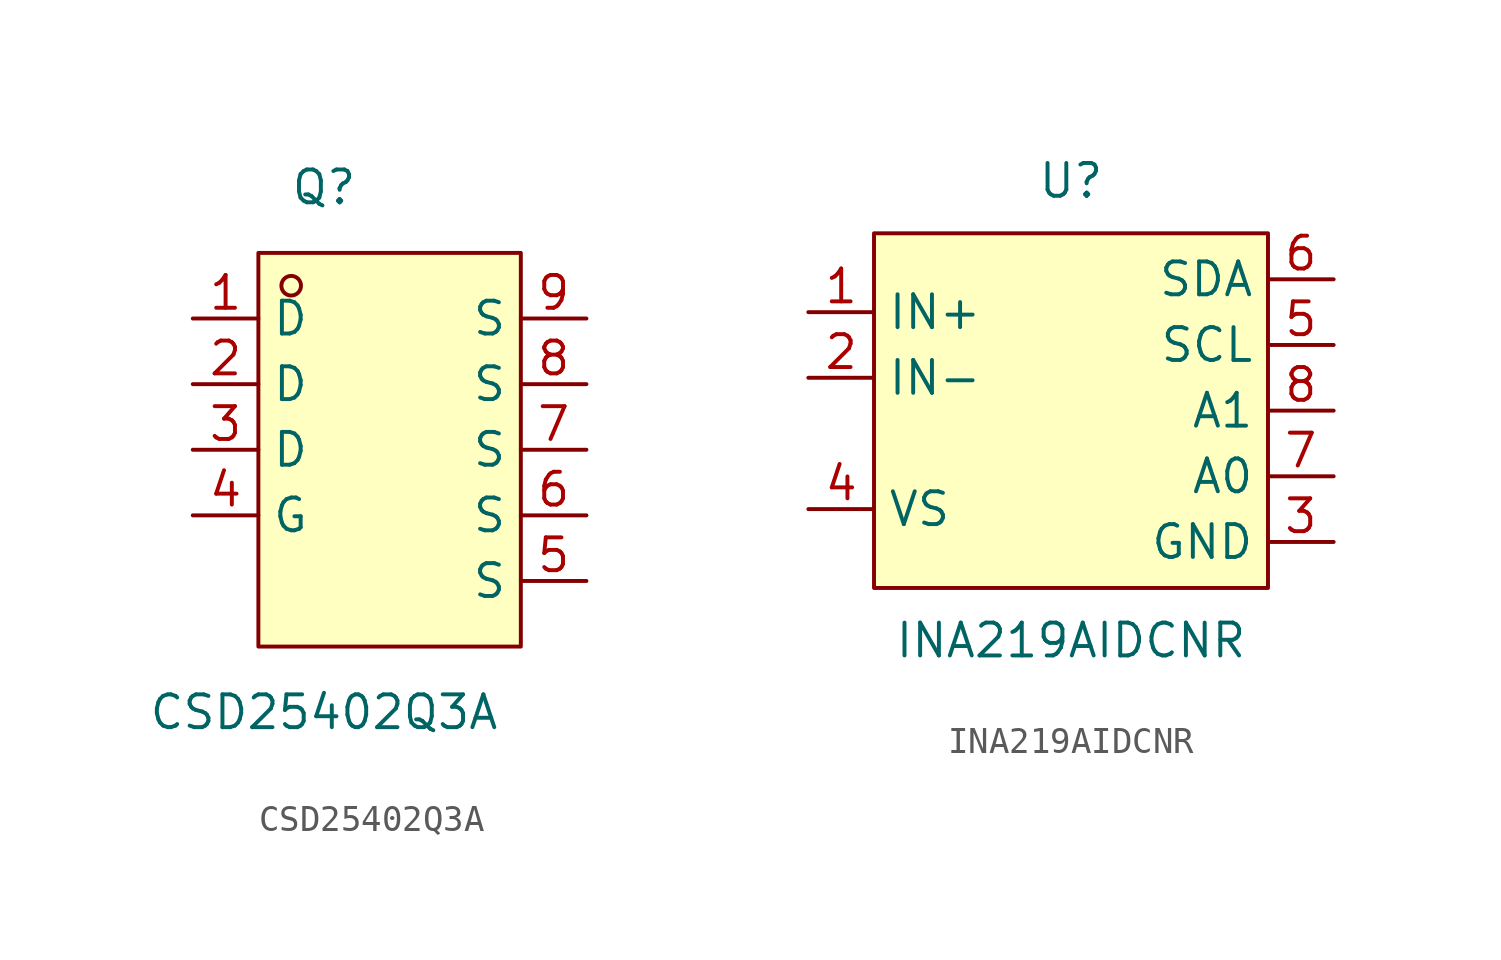
<source format=kicad_sym>
(kicad_symbol_lib
  (version 20220914)
  (generator https://github.com/uPesy/easyeda2kicad.py)
  (symbol "CSD25402Q3A"
    (property "Reference" "Q"
      (at 0 10.16 0)
      (effects (font (size 1.27 1.27))))
    (property "Value" "CSD25402Q3A"
      (at 0 -10.16 0)
      (effects (font (size 1.27 1.27))))
    (symbol "CSD25402Q3A_0_1"
      (rectangle (start -2.54 7.62) (end 7.62 -7.62) (stroke (width 0) (type default)) (fill (type background)))
      (circle (center -1.27 6.35) (radius 0.38) (stroke (width 0) (type default)) (fill (type none)))
      (pin unspecified line (at -5.08 5.08 0) (length 2.54) (name "D" (effects (font (size 1.27 1.27)))) (number "1" (effects (font (size 1.27 1.27)))))
      (pin unspecified line (at -5.08 2.54 0) (length 2.54) (name "D" (effects (font (size 1.27 1.27)))) (number "2" (effects (font (size 1.27 1.27)))))
      (pin unspecified line (at -5.08 0 0) (length 2.54) (name "D" (effects (font (size 1.27 1.27)))) (number "3" (effects (font (size 1.27 1.27)))))
      (pin unspecified line (at -5.08 -2.54 0) (length 2.54) (name "G" (effects (font (size 1.27 1.27)))) (number "4" (effects (font (size 1.27 1.27)))))
      (pin unspecified line (at 10.16 -5.08 180) (length 2.54) (name "S" (effects (font (size 1.27 1.27)))) (number "5" (effects (font (size 1.27 1.27)))))
      (pin unspecified line (at 10.16 -2.54 180) (length 2.54) (name "S" (effects (font (size 1.27 1.27)))) (number "6" (effects (font (size 1.27 1.27)))))
      (pin unspecified line (at 10.16 0 180) (length 2.54) (name "S" (effects (font (size 1.27 1.27)))) (number "7" (effects (font (size 1.27 1.27)))))
      (pin unspecified line (at 10.16 2.54 180) (length 2.54) (name "S" (effects (font (size 1.27 1.27)))) (number "8" (effects (font (size 1.27 1.27)))))
      (pin unspecified line (at 10.16 5.08 180) (length 2.54) (name "S" (effects (font (size 1.27 1.27)))) (number "9" (effects (font (size 1.27 1.27)))))))
  (symbol "INA219AIDCNR"
    (property "Reference" "U"
      (at 0 8.89 0)
      (effects (font (size 1.27 1.27))))
    (property "Value" "INA219AIDCNR"
      (at 0 -8.89 0)
      (effects (font (size 1.27 1.27))))
    (symbol "INA219AIDCNR_0_1"
      (rectangle (start -7.62 6.86) (end 7.62 -6.86) (stroke (width 0) (type default)) (fill (type background)))
      (pin unspecified line (at -10.16 3.81 0) (length 2.54) (name "IN+" (effects (font (size 1.27 1.27)))) (number "1" (effects (font (size 1.27 1.27)))))
      (pin unspecified line (at -10.16 1.27 0) (length 2.54) (name "IN-" (effects (font (size 1.27 1.27)))) (number "2" (effects (font (size 1.27 1.27)))))
      (pin unspecified line (at 10.16 -5.08 180) (length 2.54) (name "GND" (effects (font (size 1.27 1.27)))) (number "3" (effects (font (size 1.27 1.27)))))
      (pin unspecified line (at -10.16 -3.81 0) (length 2.54) (name "VS" (effects (font (size 1.27 1.27)))) (number "4" (effects (font (size 1.27 1.27)))))
      (pin unspecified line (at 10.16 2.54 180) (length 2.54) (name "SCL" (effects (font (size 1.27 1.27)))) (number "5" (effects (font (size 1.27 1.27)))))
      (pin unspecified line (at 10.16 5.08 180) (length 2.54) (name "SDA" (effects (font (size 1.27 1.27)))) (number "6" (effects (font (size 1.27 1.27)))))
      (pin unspecified line (at 10.16 -2.54 180) (length 2.54) (name "A0" (effects (font (size 1.27 1.27)))) (number "7" (effects (font (size 1.27 1.27)))))
      (pin unspecified line (at 10.16 0 180) (length 2.54) (name "A1" (effects (font (size 1.27 1.27)))) (number "8" (effects (font (size 1.27 1.27))))))))
</source>
